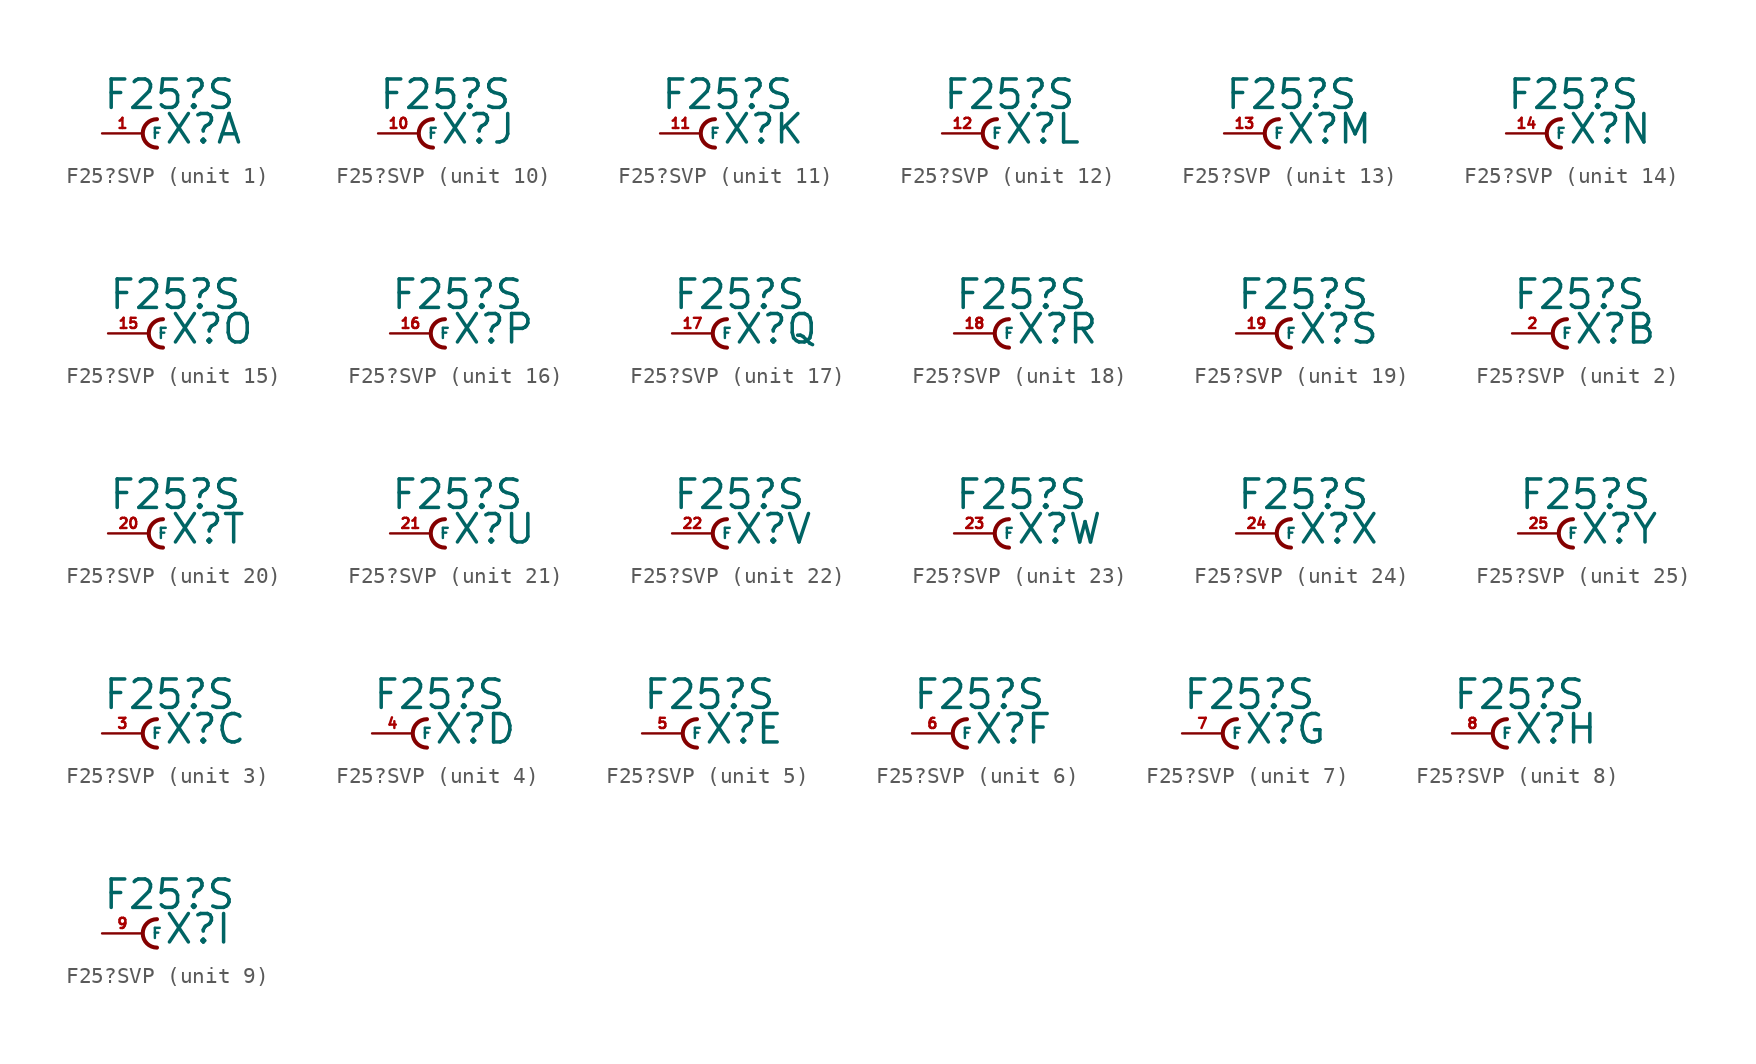
<source format=kicad_sym>
(kicad_symbol_lib
  (version 20220914)
  (generator Eagle2Kicad)
  (symbol "F25?SVP"
    (property "Reference" "X"
      (at 1.27 -0.762 0)
      (effects (font (size 1.778 1.778) (thickness 0.22)) (justify left bottom)))
    (property "Value" "F25?S"
      (at -2.54 1.397 0)
      (effects (font (size 1.778 1.778) (thickness 0.22)) (justify left bottom)))
    (symbol "F25?SVP_1_0"
      (arc (start 0.889 0.889) (mid 0.000 0.000) (end 0.889 -0.889) (stroke (width 0.254) (type default)) (fill (type none)))
      (pin passive line (at -2.54 0 0) (length 2.54) (name "F" (effects (font (size 0.635 0.635) (thickness 0.08)) (justify left bottom))) (number "1" (effects (font (size 0.635 0.635) (thickness 0.08)) (justify left bottom)))))
    (symbol "F25?SVP_2_0"
      (arc (start 0.889 0.889) (mid 0.000 0.000) (end 0.889 -0.889) (stroke (width 0.254) (type default)) (fill (type none)))
      (pin passive line (at -2.54 0 0) (length 2.54) (name "F" (effects (font (size 0.635 0.635) (thickness 0.08)) (justify left bottom))) (number "2" (effects (font (size 0.635 0.635) (thickness 0.08)) (justify left bottom)))))
    (symbol "F25?SVP_3_0"
      (arc (start 0.889 0.889) (mid 0.000 0.000) (end 0.889 -0.889) (stroke (width 0.254) (type default)) (fill (type none)))
      (pin passive line (at -2.54 0 0) (length 2.54) (name "F" (effects (font (size 0.635 0.635) (thickness 0.08)) (justify left bottom))) (number "3" (effects (font (size 0.635 0.635) (thickness 0.08)) (justify left bottom)))))
    (symbol "F25?SVP_4_0"
      (arc (start 0.889 0.889) (mid 0.000 0.000) (end 0.889 -0.889) (stroke (width 0.254) (type default)) (fill (type none)))
      (pin passive line (at -2.54 0 0) (length 2.54) (name "F" (effects (font (size 0.635 0.635) (thickness 0.08)) (justify left bottom))) (number "4" (effects (font (size 0.635 0.635) (thickness 0.08)) (justify left bottom)))))
    (symbol "F25?SVP_5_0"
      (arc (start 0.889 0.889) (mid 0.000 0.000) (end 0.889 -0.889) (stroke (width 0.254) (type default)) (fill (type none)))
      (pin passive line (at -2.54 0 0) (length 2.54) (name "F" (effects (font (size 0.635 0.635) (thickness 0.08)) (justify left bottom))) (number "5" (effects (font (size 0.635 0.635) (thickness 0.08)) (justify left bottom)))))
    (symbol "F25?SVP_6_0"
      (arc (start 0.889 0.889) (mid 0.000 0.000) (end 0.889 -0.889) (stroke (width 0.254) (type default)) (fill (type none)))
      (pin passive line (at -2.54 0 0) (length 2.54) (name "F" (effects (font (size 0.635 0.635) (thickness 0.08)) (justify left bottom))) (number "6" (effects (font (size 0.635 0.635) (thickness 0.08)) (justify left bottom)))))
    (symbol "F25?SVP_7_0"
      (arc (start 0.889 0.889) (mid 0.000 0.000) (end 0.889 -0.889) (stroke (width 0.254) (type default)) (fill (type none)))
      (pin passive line (at -2.54 0 0) (length 2.54) (name "F" (effects (font (size 0.635 0.635) (thickness 0.08)) (justify left bottom))) (number "7" (effects (font (size 0.635 0.635) (thickness 0.08)) (justify left bottom)))))
    (symbol "F25?SVP_8_0"
      (arc (start 0.889 0.889) (mid 0.000 0.000) (end 0.889 -0.889) (stroke (width 0.254) (type default)) (fill (type none)))
      (pin passive line (at -2.54 0 0) (length 2.54) (name "F" (effects (font (size 0.635 0.635) (thickness 0.08)) (justify left bottom))) (number "8" (effects (font (size 0.635 0.635) (thickness 0.08)) (justify left bottom)))))
    (symbol "F25?SVP_9_0"
      (arc (start 0.889 0.889) (mid 0.000 0.000) (end 0.889 -0.889) (stroke (width 0.254) (type default)) (fill (type none)))
      (pin passive line (at -2.54 0 0) (length 2.54) (name "F" (effects (font (size 0.635 0.635) (thickness 0.08)) (justify left bottom))) (number "9" (effects (font (size 0.635 0.635) (thickness 0.08)) (justify left bottom)))))
    (symbol "F25?SVP_10_0"
      (arc (start 0.889 0.889) (mid 0.000 0.000) (end 0.889 -0.889) (stroke (width 0.254) (type default)) (fill (type none)))
      (pin passive line (at -2.54 0 0) (length 2.54) (name "F" (effects (font (size 0.635 0.635) (thickness 0.08)) (justify left bottom))) (number "10" (effects (font (size 0.635 0.635) (thickness 0.08)) (justify left bottom)))))
    (symbol "F25?SVP_11_0"
      (arc (start 0.889 0.889) (mid 0.000 0.000) (end 0.889 -0.889) (stroke (width 0.254) (type default)) (fill (type none)))
      (pin passive line (at -2.54 0 0) (length 2.54) (name "F" (effects (font (size 0.635 0.635) (thickness 0.08)) (justify left bottom))) (number "11" (effects (font (size 0.635 0.635) (thickness 0.08)) (justify left bottom)))))
    (symbol "F25?SVP_12_0"
      (arc (start 0.889 0.889) (mid 0.000 0.000) (end 0.889 -0.889) (stroke (width 0.254) (type default)) (fill (type none)))
      (pin passive line (at -2.54 0 0) (length 2.54) (name "F" (effects (font (size 0.635 0.635) (thickness 0.08)) (justify left bottom))) (number "12" (effects (font (size 0.635 0.635) (thickness 0.08)) (justify left bottom)))))
    (symbol "F25?SVP_13_0"
      (arc (start 0.889 0.889) (mid 0.000 0.000) (end 0.889 -0.889) (stroke (width 0.254) (type default)) (fill (type none)))
      (pin passive line (at -2.54 0 0) (length 2.54) (name "F" (effects (font (size 0.635 0.635) (thickness 0.08)) (justify left bottom))) (number "13" (effects (font (size 0.635 0.635) (thickness 0.08)) (justify left bottom)))))
    (symbol "F25?SVP_14_0"
      (arc (start 0.889 0.889) (mid 0.000 0.000) (end 0.889 -0.889) (stroke (width 0.254) (type default)) (fill (type none)))
      (pin passive line (at -2.54 0 0) (length 2.54) (name "F" (effects (font (size 0.635 0.635) (thickness 0.08)) (justify left bottom))) (number "14" (effects (font (size 0.635 0.635) (thickness 0.08)) (justify left bottom)))))
    (symbol "F25?SVP_15_0"
      (arc (start 0.889 0.889) (mid 0.000 0.000) (end 0.889 -0.889) (stroke (width 0.254) (type default)) (fill (type none)))
      (pin passive line (at -2.54 0 0) (length 2.54) (name "F" (effects (font (size 0.635 0.635) (thickness 0.08)) (justify left bottom))) (number "15" (effects (font (size 0.635 0.635) (thickness 0.08)) (justify left bottom)))))
    (symbol "F25?SVP_16_0"
      (arc (start 0.889 0.889) (mid 0.000 0.000) (end 0.889 -0.889) (stroke (width 0.254) (type default)) (fill (type none)))
      (pin passive line (at -2.54 0 0) (length 2.54) (name "F" (effects (font (size 0.635 0.635) (thickness 0.08)) (justify left bottom))) (number "16" (effects (font (size 0.635 0.635) (thickness 0.08)) (justify left bottom)))))
    (symbol "F25?SVP_17_0"
      (arc (start 0.889 0.889) (mid 0.000 0.000) (end 0.889 -0.889) (stroke (width 0.254) (type default)) (fill (type none)))
      (pin passive line (at -2.54 0 0) (length 2.54) (name "F" (effects (font (size 0.635 0.635) (thickness 0.08)) (justify left bottom))) (number "17" (effects (font (size 0.635 0.635) (thickness 0.08)) (justify left bottom)))))
    (symbol "F25?SVP_18_0"
      (arc (start 0.889 0.889) (mid 0.000 0.000) (end 0.889 -0.889) (stroke (width 0.254) (type default)) (fill (type none)))
      (pin passive line (at -2.54 0 0) (length 2.54) (name "F" (effects (font (size 0.635 0.635) (thickness 0.08)) (justify left bottom))) (number "18" (effects (font (size 0.635 0.635) (thickness 0.08)) (justify left bottom)))))
    (symbol "F25?SVP_19_0"
      (arc (start 0.889 0.889) (mid 0.000 0.000) (end 0.889 -0.889) (stroke (width 0.254) (type default)) (fill (type none)))
      (pin passive line (at -2.54 0 0) (length 2.54) (name "F" (effects (font (size 0.635 0.635) (thickness 0.08)) (justify left bottom))) (number "19" (effects (font (size 0.635 0.635) (thickness 0.08)) (justify left bottom)))))
    (symbol "F25?SVP_20_0"
      (arc (start 0.889 0.889) (mid 0.000 0.000) (end 0.889 -0.889) (stroke (width 0.254) (type default)) (fill (type none)))
      (pin passive line (at -2.54 0 0) (length 2.54) (name "F" (effects (font (size 0.635 0.635) (thickness 0.08)) (justify left bottom))) (number "20" (effects (font (size 0.635 0.635) (thickness 0.08)) (justify left bottom)))))
    (symbol "F25?SVP_21_0"
      (arc (start 0.889 0.889) (mid 0.000 0.000) (end 0.889 -0.889) (stroke (width 0.254) (type default)) (fill (type none)))
      (pin passive line (at -2.54 0 0) (length 2.54) (name "F" (effects (font (size 0.635 0.635) (thickness 0.08)) (justify left bottom))) (number "21" (effects (font (size 0.635 0.635) (thickness 0.08)) (justify left bottom)))))
    (symbol "F25?SVP_22_0"
      (arc (start 0.889 0.889) (mid 0.000 0.000) (end 0.889 -0.889) (stroke (width 0.254) (type default)) (fill (type none)))
      (pin passive line (at -2.54 0 0) (length 2.54) (name "F" (effects (font (size 0.635 0.635) (thickness 0.08)) (justify left bottom))) (number "22" (effects (font (size 0.635 0.635) (thickness 0.08)) (justify left bottom)))))
    (symbol "F25?SVP_23_0"
      (arc (start 0.889 0.889) (mid 0.000 0.000) (end 0.889 -0.889) (stroke (width 0.254) (type default)) (fill (type none)))
      (pin passive line (at -2.54 0 0) (length 2.54) (name "F" (effects (font (size 0.635 0.635) (thickness 0.08)) (justify left bottom))) (number "23" (effects (font (size 0.635 0.635) (thickness 0.08)) (justify left bottom)))))
    (symbol "F25?SVP_24_0"
      (arc (start 0.889 0.889) (mid 0.000 0.000) (end 0.889 -0.889) (stroke (width 0.254) (type default)) (fill (type none)))
      (pin passive line (at -2.54 0 0) (length 2.54) (name "F" (effects (font (size 0.635 0.635) (thickness 0.08)) (justify left bottom))) (number "24" (effects (font (size 0.635 0.635) (thickness 0.08)) (justify left bottom)))))
    (symbol "F25?SVP_25_0"
      (arc (start 0.889 0.889) (mid 0.000 0.000) (end 0.889 -0.889) (stroke (width 0.254) (type default)) (fill (type none)))
      (pin passive line (at -2.54 0 0) (length 2.54) (name "F" (effects (font (size 0.635 0.635) (thickness 0.08)) (justify left bottom))) (number "25" (effects (font (size 0.635 0.635) (thickness 0.08)) (justify left bottom)))))))
</source>
